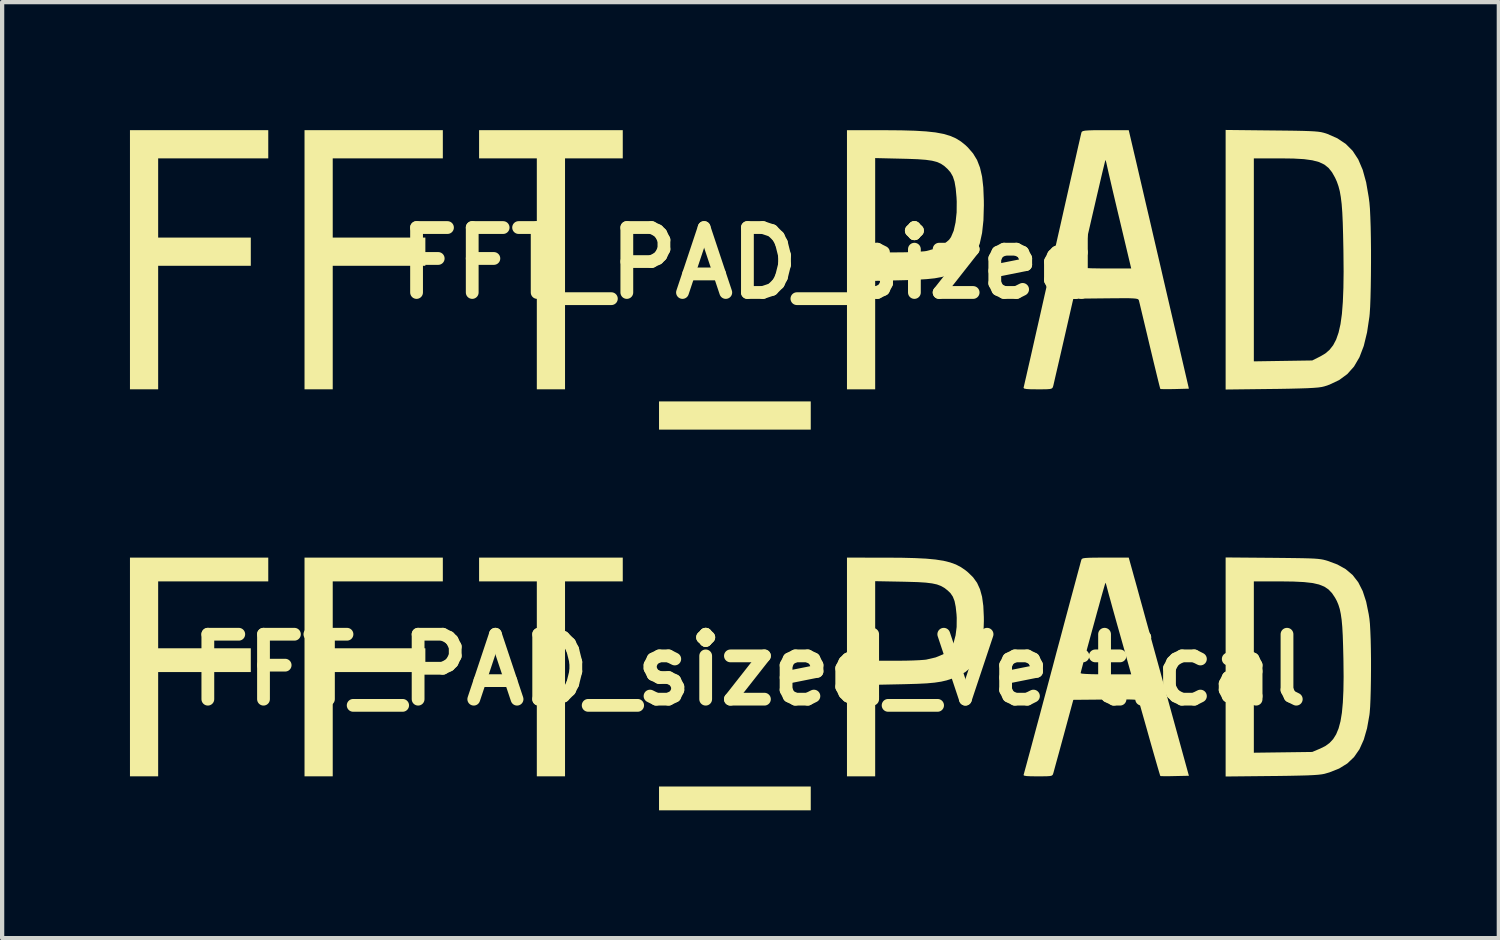
<source format=kicad_pcb>
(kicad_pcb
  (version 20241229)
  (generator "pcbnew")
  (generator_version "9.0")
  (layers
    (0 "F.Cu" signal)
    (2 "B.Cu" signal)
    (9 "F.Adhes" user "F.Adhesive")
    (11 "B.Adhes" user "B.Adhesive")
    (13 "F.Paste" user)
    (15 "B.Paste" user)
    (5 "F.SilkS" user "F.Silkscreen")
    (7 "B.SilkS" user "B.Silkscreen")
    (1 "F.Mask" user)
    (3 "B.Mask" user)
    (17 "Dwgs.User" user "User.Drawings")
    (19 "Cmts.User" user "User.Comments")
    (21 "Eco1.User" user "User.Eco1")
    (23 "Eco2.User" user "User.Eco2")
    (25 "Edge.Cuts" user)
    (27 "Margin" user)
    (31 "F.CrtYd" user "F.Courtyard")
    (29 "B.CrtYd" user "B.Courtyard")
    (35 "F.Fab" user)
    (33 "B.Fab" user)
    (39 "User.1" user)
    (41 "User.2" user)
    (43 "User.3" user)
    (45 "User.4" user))
  (footprint "FFT_PAD_sized"
    (layer "F.Cu")
    (at 14.528 3.125)
    (property "Reference" "FFT_PAD_sized" (at 0 0 0) (layer "F.SilkS") (effects (font (size 1.524 1.524) (thickness 0.3))))
    (attr board_only exclude_from_pos_files exclude_from_bom)
    (fp_poly (pts (xy 1.45 3.908) (xy -2.111 3.908) (xy -2.111 3.246) (xy 1.45 3.246)) (stroke (width 0) (type solid)) (fill yes) (layer "F.SilkS"))
    (fp_poly (pts (xy -2.962 -2.458) (xy -4.317 -2.458) (xy -4.317 2.962) (xy -4.979 2.962) (xy -4.979 -2.458) (xy -6.334 -2.458) (xy -6.334 -3.12) (xy -2.962 -3.12)) (stroke (width 0) (type solid)) (fill yes) (layer "F.SilkS"))
    (fp_poly (pts (xy -11.282 -2.458) (xy -13.866 -2.458) (xy -13.866 -0.599) (xy -11.692 -0.599) (xy -11.692 0.063) (xy -13.866 0.063) (xy -13.866 2.962) (xy -14.528 2.962) (xy -14.528 -3.12) (xy -11.282 -3.12)) (stroke (width 0) (type solid)) (fill yes) (layer "F.SilkS"))
    (fp_poly (pts (xy -7.185 -2.458) (xy -9.769 -2.458) (xy -9.769 -0.599) (xy -7.595 -0.599) (xy -7.595 0.063) (xy -9.769 0.063) (xy -9.769 2.962) (xy -10.431 2.962) (xy -10.431 -3.12) (xy -7.185 -3.12)) (stroke (width 0) (type solid)) (fill yes) (layer "F.SilkS"))
    (fp_poly (pts (xy 3.207 -3.119) (xy 3.577 -3.116) (xy 3.892 -3.107) (xy 4.157 -3.091) (xy 4.379 -3.067) (xy 4.566 -3.032) (xy 4.722 -2.986) (xy 4.857 -2.927) (xy 4.975 -2.854) (xy 5.084 -2.766) (xy 5.139 -2.713) (xy 5.259 -2.574) (xy 5.353 -2.42) (xy 5.422 -2.241) (xy 5.471 -2.029) (xy 5.5 -1.776) (xy 5.512 -1.473) (xy 5.513 -1.355) (xy 5.503 -1.004) (xy 5.471 -0.707) (xy 5.416 -0.457) (xy 5.333 -0.251) (xy 5.222 -0.08) (xy 5.08 0.06) (xy 4.904 0.176) (xy 4.892 0.183) (xy 4.767 0.244) (xy 4.643 0.292) (xy 4.51 0.329) (xy 4.357 0.357) (xy 4.173 0.376) (xy 3.949 0.39) (xy 3.673 0.4) (xy 3.632 0.401) (xy 2.962 0.417) (xy 2.962 2.962) (xy 2.3 2.962) (xy 2.3 -2.465) (xy 2.962 -2.465) (xy 2.962 -0.252) (xy 3.478 -0.252) (xy 3.667 -0.254) (xy 3.848 -0.26) (xy 4.005 -0.268) (xy 4.123 -0.278) (xy 4.163 -0.284) (xy 4.382 -0.344) (xy 4.563 -0.434) (xy 4.696 -0.547) (xy 4.742 -0.611) (xy 4.805 -0.76) (xy 4.849 -0.958) (xy 4.874 -1.191) (xy 4.876 -1.445) (xy 4.871 -1.544) (xy 4.852 -1.753) (xy 4.825 -1.911) (xy 4.785 -2.033) (xy 4.729 -2.131) (xy 4.661 -2.209) (xy 4.585 -2.278) (xy 4.505 -2.332) (xy 4.412 -2.373) (xy 4.297 -2.403) (xy 4.15 -2.424) (xy 3.964 -2.438) (xy 3.727 -2.447) (xy 3.6 -2.45) (xy 2.962 -2.465) (xy 2.3 -2.465) (xy 2.3 -3.12)) (stroke (width 0) (type solid)) (fill yes) (layer "F.SilkS"))
    (fp_poly (pts (xy 12.282 -3.113) (xy 12.576 -3.11) (xy 12.814 -3.107) (xy 13.003 -3.103) (xy 13.152 -3.098) (xy 13.267 -3.092) (xy 13.356 -3.084) (xy 13.427 -3.074) (xy 13.486 -3.06) (xy 13.54 -3.044) (xy 13.577 -3.031) (xy 13.809 -2.929) (xy 14.004 -2.799) (xy 14.167 -2.636) (xy 14.299 -2.435) (xy 14.404 -2.189) (xy 14.485 -1.896) (xy 14.545 -1.548) (xy 14.562 -1.418) (xy 14.574 -1.275) (xy 14.583 -1.081) (xy 14.591 -0.846) (xy 14.596 -0.58) (xy 14.599 -0.296) (xy 14.599 -0.004) (xy 14.597 0.285) (xy 14.593 0.56) (xy 14.587 0.811) (xy 14.579 1.025) (xy 14.568 1.193) (xy 14.562 1.255) (xy 14.506 1.627) (xy 14.429 1.944) (xy 14.328 2.209) (xy 14.2 2.428) (xy 14.042 2.605) (xy 13.851 2.745) (xy 13.625 2.852) (xy 13.504 2.893) (xy 13.444 2.907) (xy 13.361 2.919) (xy 13.249 2.928) (xy 13.101 2.936) (xy 12.911 2.942) (xy 12.673 2.948) (xy 12.38 2.953) (xy 12.267 2.954) (xy 11.187 2.967) (xy 11.187 2.306) (xy 11.849 2.306) (xy 13.22 2.285) (xy 13.409 2.19) (xy 13.526 2.121) (xy 13.626 2.035) (xy 13.711 1.927) (xy 13.781 1.794) (xy 13.838 1.63) (xy 13.883 1.432) (xy 13.916 1.194) (xy 13.938 0.912) (xy 13.951 0.582) (xy 13.956 0.199) (xy 13.952 -0.241) (xy 13.951 -0.32) (xy 13.944 -0.664) (xy 13.936 -0.951) (xy 13.925 -1.19) (xy 13.91 -1.388) (xy 13.89 -1.551) (xy 13.866 -1.688) (xy 13.835 -1.806) (xy 13.798 -1.911) (xy 13.756 -2.004) (xy 13.684 -2.132) (xy 13.602 -2.234) (xy 13.503 -2.313) (xy 13.378 -2.372) (xy 13.222 -2.413) (xy 13.025 -2.44) (xy 12.78 -2.454) (xy 12.481 -2.458) (xy 12.469 -2.458) (xy 11.849 -2.458) (xy 11.849 2.306) (xy 11.187 2.306) (xy 11.187 -3.125)) (stroke (width 0) (type solid)) (fill yes) (layer "F.SilkS"))
    (fp_poly (pts (xy 9.011 -2.702) (xy 9.033 -2.607) (xy 9.069 -2.456) (xy 9.116 -2.254) (xy 9.173 -2.008) (xy 9.24 -1.721) (xy 9.314 -1.401) (xy 9.396 -1.052) (xy 9.482 -0.68) (xy 9.573 -0.289) (xy 9.667 0.113) (xy 9.717 0.331) (xy 10.325 2.947) (xy 9.996 2.956) (xy 9.859 2.958) (xy 9.747 2.958) (xy 9.675 2.956) (xy 9.655 2.953) (xy 9.645 2.921) (xy 9.623 2.835) (xy 9.59 2.702) (xy 9.548 2.529) (xy 9.498 2.324) (xy 9.443 2.094) (xy 9.405 1.936) (xy 9.347 1.691) (xy 9.293 1.465) (xy 9.245 1.264) (xy 9.205 1.097) (xy 9.175 0.971) (xy 9.156 0.894) (xy 9.151 0.874) (xy 9.142 0.857) (xy 9.121 0.843) (xy 9.081 0.834) (xy 9.015 0.828) (xy 8.914 0.824) (xy 8.772 0.824) (xy 8.58 0.825) (xy 8.373 0.827) (xy 7.612 0.835) (xy 7.386 1.822) (xy 7.33 2.066) (xy 7.278 2.292) (xy 7.231 2.494) (xy 7.192 2.662) (xy 7.163 2.789) (xy 7.145 2.867) (xy 7.14 2.886) (xy 7.129 2.919) (xy 7.109 2.941) (xy 7.068 2.954) (xy 6.995 2.96) (xy 6.878 2.962) (xy 6.776 2.962) (xy 6.618 2.961) (xy 6.515 2.955) (xy 6.459 2.944) (xy 6.444 2.927) (xy 6.445 2.923) (xy 6.454 2.887) (xy 6.475 2.794) (xy 6.509 2.648) (xy 6.553 2.454) (xy 6.608 2.215) (xy 6.671 1.936) (xy 6.742 1.621) (xy 6.821 1.275) (xy 6.905 0.901) (xy 6.995 0.504) (xy 7.087 0.095) (xy 7.784 0.095) (xy 7.815 0.106) (xy 7.904 0.116) (xy 8.047 0.122) (xy 8.239 0.125) (xy 8.378 0.126) (xy 8.971 0.126) (xy 8.707 -0.985) (xy 8.644 -1.248) (xy 8.585 -1.498) (xy 8.531 -1.726) (xy 8.485 -1.926) (xy 8.447 -2.088) (xy 8.421 -2.204) (xy 8.408 -2.262) (xy 8.388 -2.352) (xy 8.372 -2.409) (xy 8.366 -2.419) (xy 8.357 -2.388) (xy 8.336 -2.302) (xy 8.304 -2.171) (xy 8.264 -2.002) (xy 8.218 -1.804) (xy 8.166 -1.583) (xy 8.112 -1.349) (xy 8.056 -1.108) (xy 8.001 -0.869) (xy 7.948 -0.64) (xy 7.9 -0.428) (xy 7.857 -0.242) (xy 7.823 -0.089) (xy 7.798 0.022) (xy 7.785 0.085) (xy 7.784 0.095) (xy 7.087 0.095) (xy 7.088 0.089) (xy 7.123 -0.063) (xy 7.217 -0.484) (xy 7.309 -0.889) (xy 7.395 -1.272) (xy 7.476 -1.63) (xy 7.55 -1.958) (xy 7.617 -2.252) (xy 7.675 -2.507) (xy 7.723 -2.72) (xy 7.761 -2.885) (xy 7.787 -3) (xy 7.801 -3.058) (xy 7.803 -3.065) (xy 7.814 -3.085) (xy 7.84 -3.099) (xy 7.89 -3.109) (xy 7.972 -3.115) (xy 8.095 -3.119) (xy 8.268 -3.12) (xy 8.366 -3.12) (xy 8.913 -3.12)) (stroke (width 0) (type solid)) (fill yes) (layer "F.SilkS")))
  (footprint "FFT_PAD_sized_Vertical"
    (layer "F.Cu")
    (at 14.528 12.67)
    (property "Reference" "FFT_PAD_sized_Vertical" (at 0 0 0) (layer "F.SilkS") (effects (font (size 1.524 1.524) (thickness 0.3))))
    (attr board_only exclude_from_pos_files exclude_from_bom)
    (fp_poly (pts (xy 1.45 3.298) (xy -2.111 3.298) (xy -2.111 2.739) (xy 1.45 2.739)) (stroke (width 0) (type solid)) (fill yes) (layer "F.SilkS"))
    (fp_poly (pts (xy -2.962 -2.075) (xy -4.317 -2.075) (xy -4.317 2.5) (xy -4.979 2.5) (xy -4.979 -2.075) (xy -6.334 -2.075) (xy -6.334 -2.633) (xy -2.962 -2.633)) (stroke (width 0) (type solid)) (fill yes) (layer "F.SilkS"))
    (fp_poly (pts (xy -11.282 -2.075) (xy -13.866 -2.075) (xy -13.866 -0.505) (xy -11.692 -0.505) (xy -11.692 0.053) (xy -13.866 0.053) (xy -13.866 2.5) (xy -14.528 2.5) (xy -14.528 -2.633) (xy -11.282 -2.633)) (stroke (width 0) (type solid)) (fill yes) (layer "F.SilkS"))
    (fp_poly (pts (xy -7.185 -2.075) (xy -9.769 -2.075) (xy -9.769 -0.505) (xy -7.595 -0.505) (xy -7.595 0.053) (xy -9.769 0.053) (xy -9.769 2.5) (xy -10.431 2.5) (xy -10.431 -2.633) (xy -7.185 -2.633)) (stroke (width 0) (type solid)) (fill yes) (layer "F.SilkS"))
    (fp_poly (pts (xy 3.207 -2.632) (xy 3.577 -2.63) (xy 3.892 -2.622) (xy 4.157 -2.609) (xy 4.379 -2.588) (xy 4.566 -2.559) (xy 4.722 -2.52) (xy 4.857 -2.471) (xy 4.975 -2.409) (xy 5.084 -2.334) (xy 5.139 -2.289) (xy 5.259 -2.172) (xy 5.353 -2.042) (xy 5.422 -1.891) (xy 5.471 -1.713) (xy 5.5 -1.499) (xy 5.512 -1.243) (xy 5.513 -1.144) (xy 5.503 -0.847) (xy 5.471 -0.596) (xy 5.416 -0.386) (xy 5.333 -0.211) (xy 5.222 -0.068) (xy 5.08 0.051) (xy 4.904 0.149) (xy 4.892 0.154) (xy 4.767 0.206) (xy 4.643 0.247) (xy 4.51 0.278) (xy 4.357 0.301) (xy 4.173 0.318) (xy 3.949 0.329) (xy 3.673 0.337) (xy 3.632 0.338) (xy 2.962 0.352) (xy 2.962 2.5) (xy 2.3 2.5) (xy 2.3 -2.08) (xy 2.962 -2.08) (xy 2.962 -0.213) (xy 3.478 -0.213) (xy 3.667 -0.214) (xy 3.848 -0.219) (xy 4.005 -0.226) (xy 4.123 -0.235) (xy 4.163 -0.24) (xy 4.382 -0.291) (xy 4.563 -0.366) (xy 4.696 -0.462) (xy 4.742 -0.516) (xy 4.805 -0.642) (xy 4.849 -0.809) (xy 4.874 -1.005) (xy 4.876 -1.22) (xy 4.871 -1.303) (xy 4.852 -1.479) (xy 4.825 -1.613) (xy 4.785 -1.716) (xy 4.729 -1.799) (xy 4.661 -1.864) (xy 4.585 -1.923) (xy 4.505 -1.968) (xy 4.412 -2.003) (xy 4.297 -2.028) (xy 4.15 -2.046) (xy 3.964 -2.058) (xy 3.727 -2.065) (xy 3.6 -2.068) (xy 2.962 -2.08) (xy 2.3 -2.08) (xy 2.3 -2.633)) (stroke (width 0) (type solid)) (fill yes) (layer "F.SilkS"))
    (fp_poly (pts (xy 12.282 -2.628) (xy 12.576 -2.625) (xy 12.814 -2.622) (xy 13.003 -2.619) (xy 13.152 -2.615) (xy 13.267 -2.61) (xy 13.356 -2.603) (xy 13.427 -2.594) (xy 13.486 -2.583) (xy 13.54 -2.569) (xy 13.577 -2.558) (xy 13.809 -2.472) (xy 14.004 -2.363) (xy 14.167 -2.225) (xy 14.299 -2.055) (xy 14.404 -1.848) (xy 14.485 -1.6) (xy 14.545 -1.306) (xy 14.562 -1.197) (xy 14.574 -1.076) (xy 14.583 -0.912) (xy 14.591 -0.714) (xy 14.596 -0.49) (xy 14.599 -0.25) (xy 14.599 -0.003) (xy 14.597 0.241) (xy 14.593 0.473) (xy 14.587 0.684) (xy 14.579 0.865) (xy 14.568 1.007) (xy 14.562 1.059) (xy 14.506 1.373) (xy 14.429 1.64) (xy 14.328 1.865) (xy 14.2 2.049) (xy 14.042 2.199) (xy 13.851 2.317) (xy 13.625 2.407) (xy 13.504 2.442) (xy 13.444 2.453) (xy 13.361 2.463) (xy 13.249 2.471) (xy 13.101 2.478) (xy 12.911 2.483) (xy 12.673 2.488) (xy 12.38 2.492) (xy 12.267 2.493) (xy 11.187 2.504) (xy 11.187 1.946) (xy 11.849 1.946) (xy 12.535 1.937) (xy 13.22 1.928) (xy 13.409 1.848) (xy 13.526 1.79) (xy 13.626 1.717) (xy 13.711 1.626) (xy 13.781 1.514) (xy 13.838 1.376) (xy 13.883 1.208) (xy 13.916 1.008) (xy 13.938 0.77) (xy 13.951 0.491) (xy 13.956 0.168) (xy 13.952 -0.204) (xy 13.951 -0.27) (xy 13.944 -0.56) (xy 13.936 -0.803) (xy 13.925 -1.004) (xy 13.91 -1.171) (xy 13.89 -1.309) (xy 13.866 -1.425) (xy 13.835 -1.524) (xy 13.798 -1.613) (xy 13.756 -1.691) (xy 13.684 -1.799) (xy 13.602 -1.885) (xy 13.503 -1.952) (xy 13.378 -2.002) (xy 13.222 -2.037) (xy 13.025 -2.059) (xy 12.78 -2.071) (xy 12.481 -2.075) (xy 12.469 -2.075) (xy 11.849 -2.075) (xy 11.849 1.946) (xy 11.187 1.946) (xy 11.187 -2.637)) (stroke (width 0) (type solid)) (fill yes) (layer "F.SilkS"))
    (fp_poly (pts (xy 9.011 -2.281) (xy 9.033 -2.2) (xy 9.069 -2.073) (xy 9.116 -1.903) (xy 9.173 -1.694) (xy 9.24 -1.453) (xy 9.314 -1.182) (xy 9.396 -0.888) (xy 9.482 -0.574) (xy 9.573 -0.244) (xy 9.667 0.095) (xy 9.717 0.279) (xy 10.325 2.487) (xy 9.996 2.494) (xy 9.859 2.497) (xy 9.747 2.497) (xy 9.675 2.495) (xy 9.655 2.493) (xy 9.645 2.465) (xy 9.623 2.392) (xy 9.59 2.28) (xy 9.548 2.134) (xy 9.498 1.961) (xy 9.443 1.768) (xy 9.405 1.634) (xy 9.347 1.427) (xy 9.293 1.236) (xy 9.245 1.067) (xy 9.205 0.926) (xy 9.175 0.819) (xy 9.156 0.754) (xy 9.151 0.738) (xy 9.142 0.723) (xy 9.121 0.712) (xy 9.081 0.704) (xy 9.015 0.699) (xy 8.914 0.696) (xy 8.772 0.695) (xy 8.58 0.696) (xy 8.373 0.698) (xy 7.612 0.705) (xy 7.386 1.538) (xy 7.33 1.743) (xy 7.278 1.935) (xy 7.231 2.105) (xy 7.192 2.247) (xy 7.163 2.354) (xy 7.145 2.42) (xy 7.14 2.435) (xy 7.129 2.464) (xy 7.109 2.482) (xy 7.068 2.493) (xy 6.995 2.498) (xy 6.878 2.5) (xy 6.776 2.5) (xy 6.618 2.499) (xy 6.515 2.494) (xy 6.459 2.484) (xy 6.444 2.47) (xy 6.445 2.467) (xy 6.454 2.437) (xy 6.475 2.358) (xy 6.509 2.235) (xy 6.553 2.071) (xy 6.608 1.869) (xy 6.671 1.634) (xy 6.742 1.368) (xy 6.821 1.076) (xy 6.905 0.76) (xy 6.995 0.426) (xy 7.087 0.08) (xy 7.784 0.08) (xy 7.815 0.09) (xy 7.904 0.097) (xy 8.047 0.103) (xy 8.239 0.106) (xy 8.378 0.106) (xy 8.971 0.106) (xy 8.707 -0.831) (xy 8.644 -1.053) (xy 8.585 -1.264) (xy 8.531 -1.457) (xy 8.485 -1.626) (xy 8.447 -1.762) (xy 8.421 -1.86) (xy 8.408 -1.909) (xy 8.388 -1.985) (xy 8.372 -2.033) (xy 8.366 -2.042) (xy 8.357 -2.015) (xy 8.336 -1.943) (xy 8.304 -1.832) (xy 8.264 -1.69) (xy 8.218 -1.522) (xy 8.166 -1.336) (xy 8.112 -1.138) (xy 8.056 -0.935) (xy 8.001 -0.733) (xy 7.948 -0.54) (xy 7.9 -0.361) (xy 7.857 -0.204) (xy 7.823 -0.075) (xy 7.798 0.019) (xy 7.785 0.072) (xy 7.784 0.08) (xy 7.087 0.08) (xy 7.088 0.075) (xy 7.123 -0.053) (xy 7.217 -0.409) (xy 7.309 -0.75) (xy 7.395 -1.074) (xy 7.476 -1.376) (xy 7.55 -1.652) (xy 7.617 -1.9) (xy 7.675 -2.116) (xy 7.723 -2.295) (xy 7.761 -2.435) (xy 7.787 -2.532) (xy 7.801 -2.581) (xy 7.803 -2.587) (xy 7.814 -2.603) (xy 7.84 -2.616) (xy 7.89 -2.624) (xy 7.972 -2.629) (xy 8.095 -2.632) (xy 8.268 -2.633) (xy 8.366 -2.633) (xy 8.913 -2.633)) (stroke (width 0) (type solid)) (fill yes) (layer "F.SilkS")))
  (gr_rect
    (start -3 -3)
    (end 32.127 18.968)
    (stroke (width 0.1) (type default))
    (fill no)
    (layer "Edge.Cuts")))
</source>
